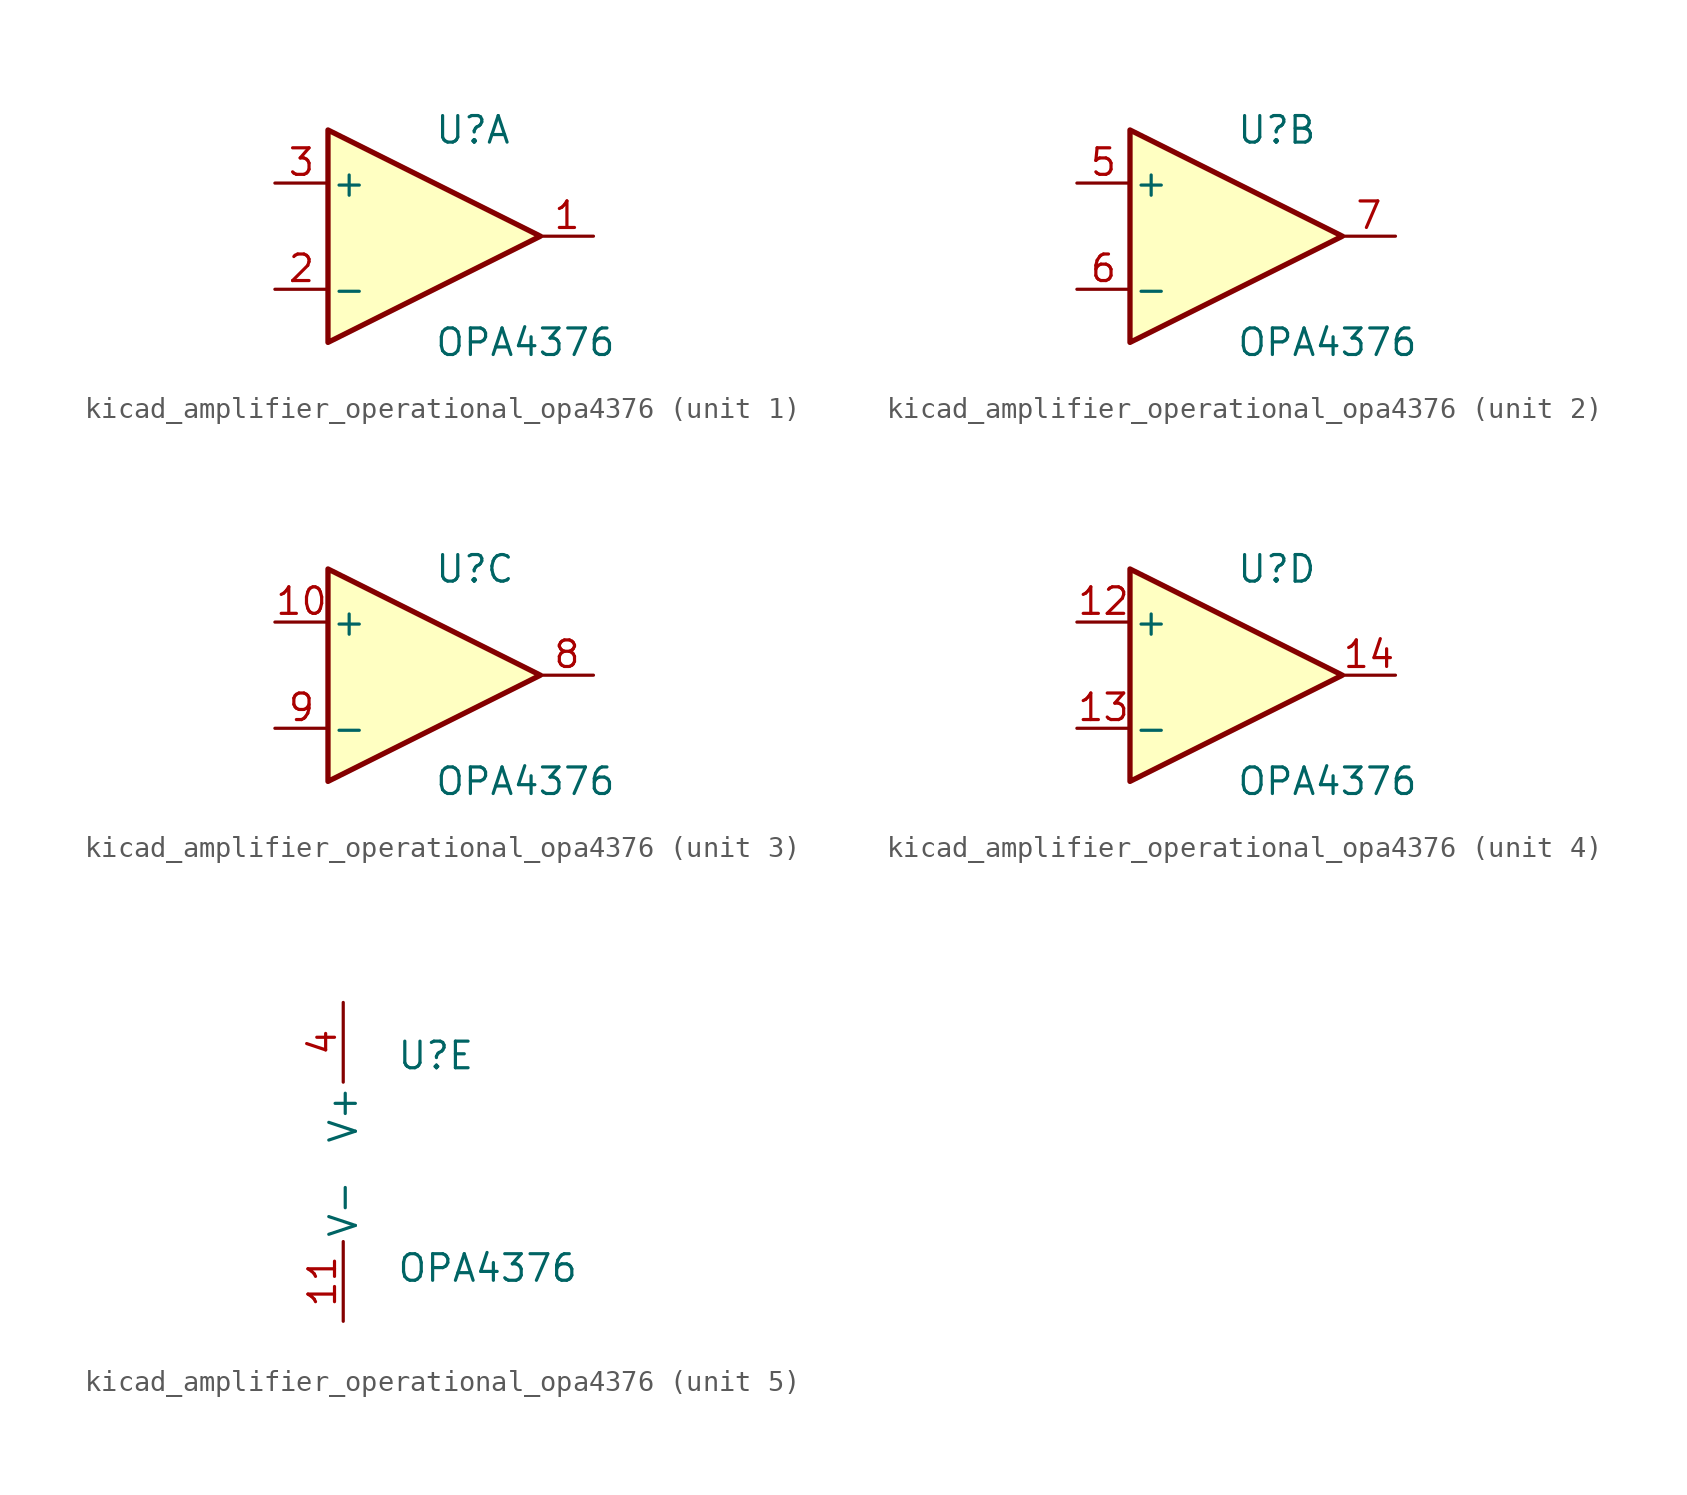
<source format=kicad_sym>
(kicad_symbol_lib
  (version 20220914)
  (generator kicad_symbol_editor)
  (symbol "kicad_amplifier_operational_opa4376"
    (pin_names
      (offset 0.127))
    (property "Reference" "U"
      (at 0 5.08 0)
      (effects (font (size 1.27 1.27)) (justify left)))
    (property "Value" "OPA4376"
      (at 0 -5.08 0)
      (effects (font (size 1.27 1.27)) (justify left)))
    (property "ki_locked" ""
      (at 0 0 0)
      (effects (font (size 1.27 1.27))))
    (symbol "kicad_amplifier_operational_opa4376_1_1"
      (polyline (pts (xy -5.08 5.08) (xy 5.08 0) (xy -5.08 -5.08) (xy -5.08 5.08)) (stroke (width 0.254) (type default)) (fill (type background)))
      (pin output line (at 7.62 0 180) (length 2.54) (name "~" (effects (font (size 1.27 1.27)))) (number "1" (effects (font (size 1.27 1.27)))))
      (pin input line (at -7.62 -2.54 0) (length 2.54) (name "-" (effects (font (size 1.27 1.27)))) (number "2" (effects (font (size 1.27 1.27)))))
      (pin input line (at -7.62 2.54 0) (length 2.54) (name "+" (effects (font (size 1.27 1.27)))) (number "3" (effects (font (size 1.27 1.27))))))
    (symbol "kicad_amplifier_operational_opa4376_2_1"
      (polyline (pts (xy -5.08 5.08) (xy 5.08 0) (xy -5.08 -5.08) (xy -5.08 5.08)) (stroke (width 0.254) (type default)) (fill (type background)))
      (pin input line (at -7.62 2.54 0) (length 2.54) (name "+" (effects (font (size 1.27 1.27)))) (number "5" (effects (font (size 1.27 1.27)))))
      (pin input line (at -7.62 -2.54 0) (length 2.54) (name "-" (effects (font (size 1.27 1.27)))) (number "6" (effects (font (size 1.27 1.27)))))
      (pin output line (at 7.62 0 180) (length 2.54) (name "~" (effects (font (size 1.27 1.27)))) (number "7" (effects (font (size 1.27 1.27))))))
    (symbol "kicad_amplifier_operational_opa4376_3_1"
      (polyline (pts (xy -5.08 5.08) (xy 5.08 0) (xy -5.08 -5.08) (xy -5.08 5.08)) (stroke (width 0.254) (type default)) (fill (type background)))
      (pin input line (at -7.62 2.54 0) (length 2.54) (name "+" (effects (font (size 1.27 1.27)))) (number "10" (effects (font (size 1.27 1.27)))))
      (pin output line (at 7.62 0 180) (length 2.54) (name "~" (effects (font (size 1.27 1.27)))) (number "8" (effects (font (size 1.27 1.27)))))
      (pin input line (at -7.62 -2.54 0) (length 2.54) (name "-" (effects (font (size 1.27 1.27)))) (number "9" (effects (font (size 1.27 1.27))))))
    (symbol "kicad_amplifier_operational_opa4376_4_1"
      (polyline (pts (xy -5.08 5.08) (xy 5.08 0) (xy -5.08 -5.08) (xy -5.08 5.08)) (stroke (width 0.254) (type default)) (fill (type background)))
      (pin input line (at -7.62 2.54 0) (length 2.54) (name "+" (effects (font (size 1.27 1.27)))) (number "12" (effects (font (size 1.27 1.27)))))
      (pin input line (at -7.62 -2.54 0) (length 2.54) (name "-" (effects (font (size 1.27 1.27)))) (number "13" (effects (font (size 1.27 1.27)))))
      (pin output line (at 7.62 0 180) (length 2.54) (name "~" (effects (font (size 1.27 1.27)))) (number "14" (effects (font (size 1.27 1.27))))))
    (symbol "kicad_amplifier_operational_opa4376_5_1"
      (pin power_in line (at -2.54 -7.62 90) (length 3.81) (name "V-" (effects (font (size 1.27 1.27)))) (number "11" (effects (font (size 1.27 1.27)))))
      (pin power_in line (at -2.54 7.62 270) (length 3.81) (name "V+" (effects (font (size 1.27 1.27)))) (number "4" (effects (font (size 1.27 1.27))))))))
</source>
